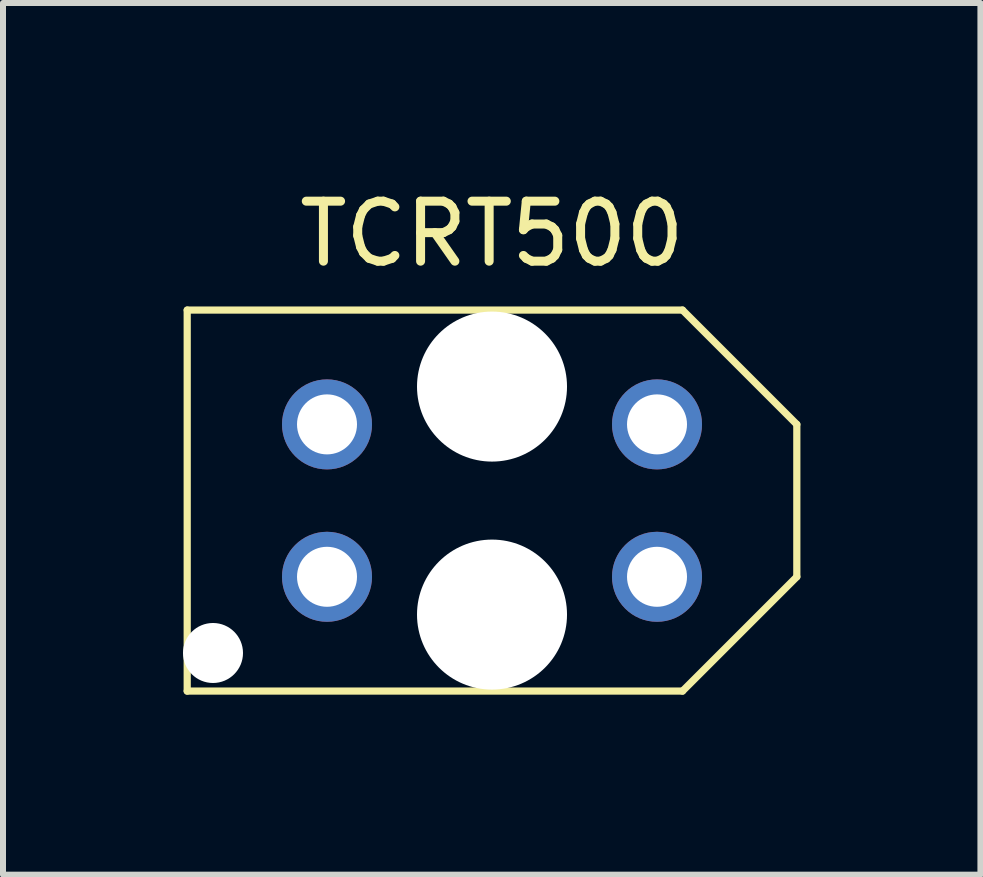
<source format=kicad_pcb>
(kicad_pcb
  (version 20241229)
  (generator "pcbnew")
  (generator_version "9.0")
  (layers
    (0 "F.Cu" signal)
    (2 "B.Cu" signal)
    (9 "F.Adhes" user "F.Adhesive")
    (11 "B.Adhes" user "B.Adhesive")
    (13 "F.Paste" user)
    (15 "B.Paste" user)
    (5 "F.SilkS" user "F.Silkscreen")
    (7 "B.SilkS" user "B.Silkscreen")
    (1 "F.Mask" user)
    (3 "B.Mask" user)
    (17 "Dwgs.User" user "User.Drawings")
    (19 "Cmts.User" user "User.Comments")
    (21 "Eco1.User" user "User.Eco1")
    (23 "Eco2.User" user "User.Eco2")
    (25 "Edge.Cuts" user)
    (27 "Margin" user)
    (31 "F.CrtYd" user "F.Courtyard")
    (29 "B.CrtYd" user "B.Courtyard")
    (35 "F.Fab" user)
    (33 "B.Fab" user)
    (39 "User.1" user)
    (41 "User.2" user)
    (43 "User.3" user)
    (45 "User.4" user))
  (footprint "TCRT500"
    (layer "F.Cu")
    (at 5.15 5.293)
    (property "Reference" "TCRT500" (at 0 -4.445 0) (layer "F.SilkS") (effects (font (size 1 1) (thickness 0.15))))
    (attr through_hole)
    (fp_line (start -5.08 -3.175) (end -5.08 3.175) (stroke (width 0.12) (type solid)) (layer "F.SilkS"))
    (fp_line (start -5.08 -3.175) (end 3.175 -3.175) (stroke (width 0.12) (type solid)) (layer "F.SilkS"))
    (fp_line (start -5.08 3.175) (end 3.175 3.175) (stroke (width 0.12) (type solid)) (layer "F.SilkS"))
    (fp_line (start 3.175 -3.175) (end 5.08 -1.27) (stroke (width 0.12) (type solid)) (layer "F.SilkS"))
    (fp_line (start 5.08 1.27) (end 3.175 3.175) (stroke (width 0.12) (type solid)) (layer "F.SilkS"))
    (fp_line (start 5.08 1.27) (end 5.08 -1.27) (stroke (width 0.12) (type solid)) (layer "F.SilkS"))
    (pad "" np_thru_hole circle (at -4.65 2.54) (size 1 1) (drill 1) (layers "*.Cu" "*.Mask"))
    (pad "" np_thru_hole circle (at 0 -1.9) (size 2.5 2.5) (drill 2.5) (layers "*.Cu" "*.Mask"))
    (pad "" np_thru_hole circle (at 0 1.9) (size 2.5 2.5) (drill 2.5) (layers "*.Cu" "*.Mask"))
    (pad "1" thru_hole circle (at -2.75 -1.27) (size 1.5 1.5) (drill 1) (layers "*.Cu" "*.Mask"))
    (pad "2" thru_hole circle (at 2.75 -1.27) (size 1.5 1.5) (drill 1) (layers "*.Cu" "*.Mask"))
    (pad "3" thru_hole circle (at -2.75 1.27) (size 1.5 1.5) (drill 1) (layers "*.Cu" "*.Mask"))
    (pad "4" thru_hole circle (at 2.75 1.27) (size 1.5 1.5) (drill 1) (layers "*.Cu" "*.Mask")))
  (gr_rect
    (start -3 -3)
    (end 13.29 11.528)
    (stroke (width 0.1) (type default))
    (fill no)
    (layer "Edge.Cuts")))
</source>
